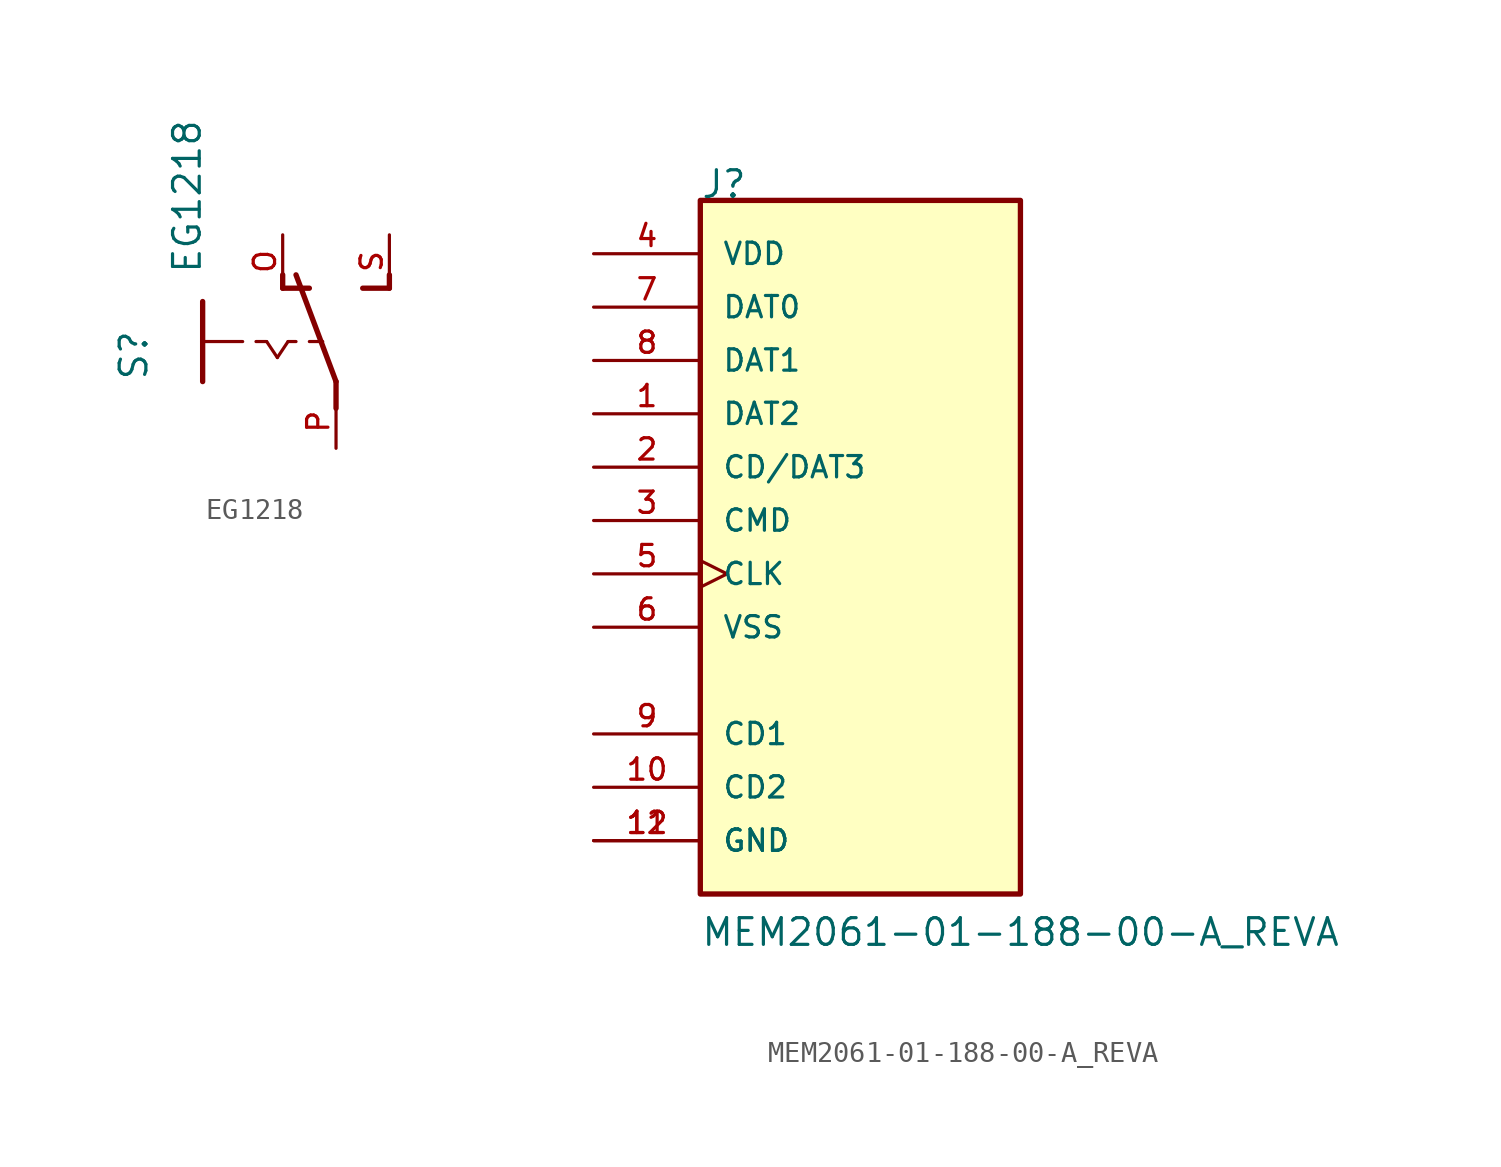
<source format=kicad_sym>
(kicad_symbol_lib
  (version 20220914)
  (generator kicad_symbol_editor)
  (symbol "EG1218"
    (pin_names
      (offset 1.016))
    (property "Reference" "S"
      (at -6.35 -1.905 90)
      (effects (font (size 1.27 1.27)) (justify left bottom)))
    (property "Value" "EG1218"
      (at -3.81 3.175 90)
      (effects (font (size 1.27 1.27)) (justify left bottom)))
    (symbol "EG1218_0_0"
      (polyline (pts (xy -3.81 0) (xy -3.81 -1.905)) (stroke (width 0.254) (type default)) (fill (type none)))
      (polyline (pts (xy -3.81 0) (xy -1.905 0)) (stroke (width 0.152) (type default)) (fill (type none)))
      (polyline (pts (xy -3.81 1.905) (xy -3.81 0)) (stroke (width 0.254) (type default)) (fill (type none)))
      (polyline (pts (xy -1.27 0) (xy -0.762 0)) (stroke (width 0.152) (type default)) (fill (type none)))
      (polyline (pts (xy -0.762 0) (xy -0.254 -0.762)) (stroke (width 0.152) (type default)) (fill (type none)))
      (polyline (pts (xy -0.254 -0.762) (xy 0.254 0)) (stroke (width 0.152) (type default)) (fill (type none)))
      (polyline (pts (xy 0 2.54) (xy 0 3.175)) (stroke (width 0.254) (type default)) (fill (type none)))
      (polyline (pts (xy 0 2.54) (xy 1.27 2.54)) (stroke (width 0.254) (type default)) (fill (type none)))
      (polyline (pts (xy 0.254 0) (xy 0.635 0)) (stroke (width 0.152) (type default)) (fill (type none)))
      (polyline (pts (xy 1.27 0) (xy 1.905 0)) (stroke (width 0.152) (type default)) (fill (type none)))
      (polyline (pts (xy 2.54 -3.175) (xy 2.54 -1.905)) (stroke (width 0.254) (type default)) (fill (type none)))
      (polyline (pts (xy 2.54 -1.905) (xy 0.635 3.175)) (stroke (width 0.254) (type default)) (fill (type none)))
      (polyline (pts (xy 3.81 2.54) (xy 5.08 2.54)) (stroke (width 0.254) (type default)) (fill (type none)))
      (polyline (pts (xy 5.08 2.54) (xy 5.08 3.175)) (stroke (width 0.254) (type default)) (fill (type none)))
      (pin passive line (at 0 5.08 270) (length 2.54) (name "~" (effects (font (size 1.016 1.016)))) (number "O" (effects (font (size 1.016 1.016)))))
      (pin passive line (at 2.54 -5.08 90) (length 2.54) (name "~" (effects (font (size 1.016 1.016)))) (number "P" (effects (font (size 1.016 1.016)))))
      (pin passive line (at 5.08 5.08 270) (length 2.54) (name "~" (effects (font (size 1.016 1.016)))) (number "S" (effects (font (size 1.016 1.016)))))))
  (symbol "MEM2061-01-188-00-A_REVA"
    (pin_names
      (offset 1.016))
    (property "Reference" "J"
      (at 0 15.268 0)
      (effects (font (size 1.27 1.27)) (justify left bottom)))
    (property "Value" "MEM2061-01-188-00-A_REVA"
      (at 0 -20.341 0)
      (effects (font (size 1.27 1.27)) (justify left bottom)))
    (symbol "MEM2061-01-188-00-A_REVA_0_0"
      (rectangle (start 0 -17.78) (end 15.24 15.24) (stroke (width 0.254) (type default)) (fill (type background)))
      (pin bidirectional line (at -5.08 5.08 0) (length 5.08) (name "DAT2" (effects (font (size 1.016 1.016)))) (number "1" (effects (font (size 1.016 1.016)))))
      (pin passive line (at -5.08 -12.7 0) (length 5.08) (name "CD2" (effects (font (size 1.016 1.016)))) (number "10" (effects (font (size 1.016 1.016)))))
      (pin power_in line (at -5.08 -15.24 0) (length 5.08) (name "GND" (effects (font (size 1.016 1.016)))) (number "11" (effects (font (size 1.016 1.016)))))
      (pin power_in line (at -5.08 -15.24 0) (length 5.08) (name "GND" (effects (font (size 1.016 1.016)))) (number "12" (effects (font (size 1.016 1.016)))))
      (pin bidirectional line (at -5.08 2.54 0) (length 5.08) (name "CD/DAT3" (effects (font (size 1.016 1.016)))) (number "2" (effects (font (size 1.016 1.016)))))
      (pin bidirectional line (at -5.08 0 0) (length 5.08) (name "CMD" (effects (font (size 1.016 1.016)))) (number "3" (effects (font (size 1.016 1.016)))))
      (pin power_in line (at -5.08 12.7 0) (length 5.08) (name "VDD" (effects (font (size 1.016 1.016)))) (number "4" (effects (font (size 1.016 1.016)))))
      (pin bidirectional clock (at -5.08 -2.54 0) (length 5.08) (name "CLK" (effects (font (size 1.016 1.016)))) (number "5" (effects (font (size 1.016 1.016)))))
      (pin power_in line (at -5.08 -5.08 0) (length 5.08) (name "VSS" (effects (font (size 1.016 1.016)))) (number "6" (effects (font (size 1.016 1.016)))))
      (pin bidirectional line (at -5.08 10.16 0) (length 5.08) (name "DAT0" (effects (font (size 1.016 1.016)))) (number "7" (effects (font (size 1.016 1.016)))))
      (pin bidirectional line (at -5.08 7.62 0) (length 5.08) (name "DAT1" (effects (font (size 1.016 1.016)))) (number "8" (effects (font (size 1.016 1.016)))))
      (pin passive line (at -5.08 -10.16 0) (length 5.08) (name "CD1" (effects (font (size 1.016 1.016)))) (number "9" (effects (font (size 1.016 1.016))))))))
</source>
